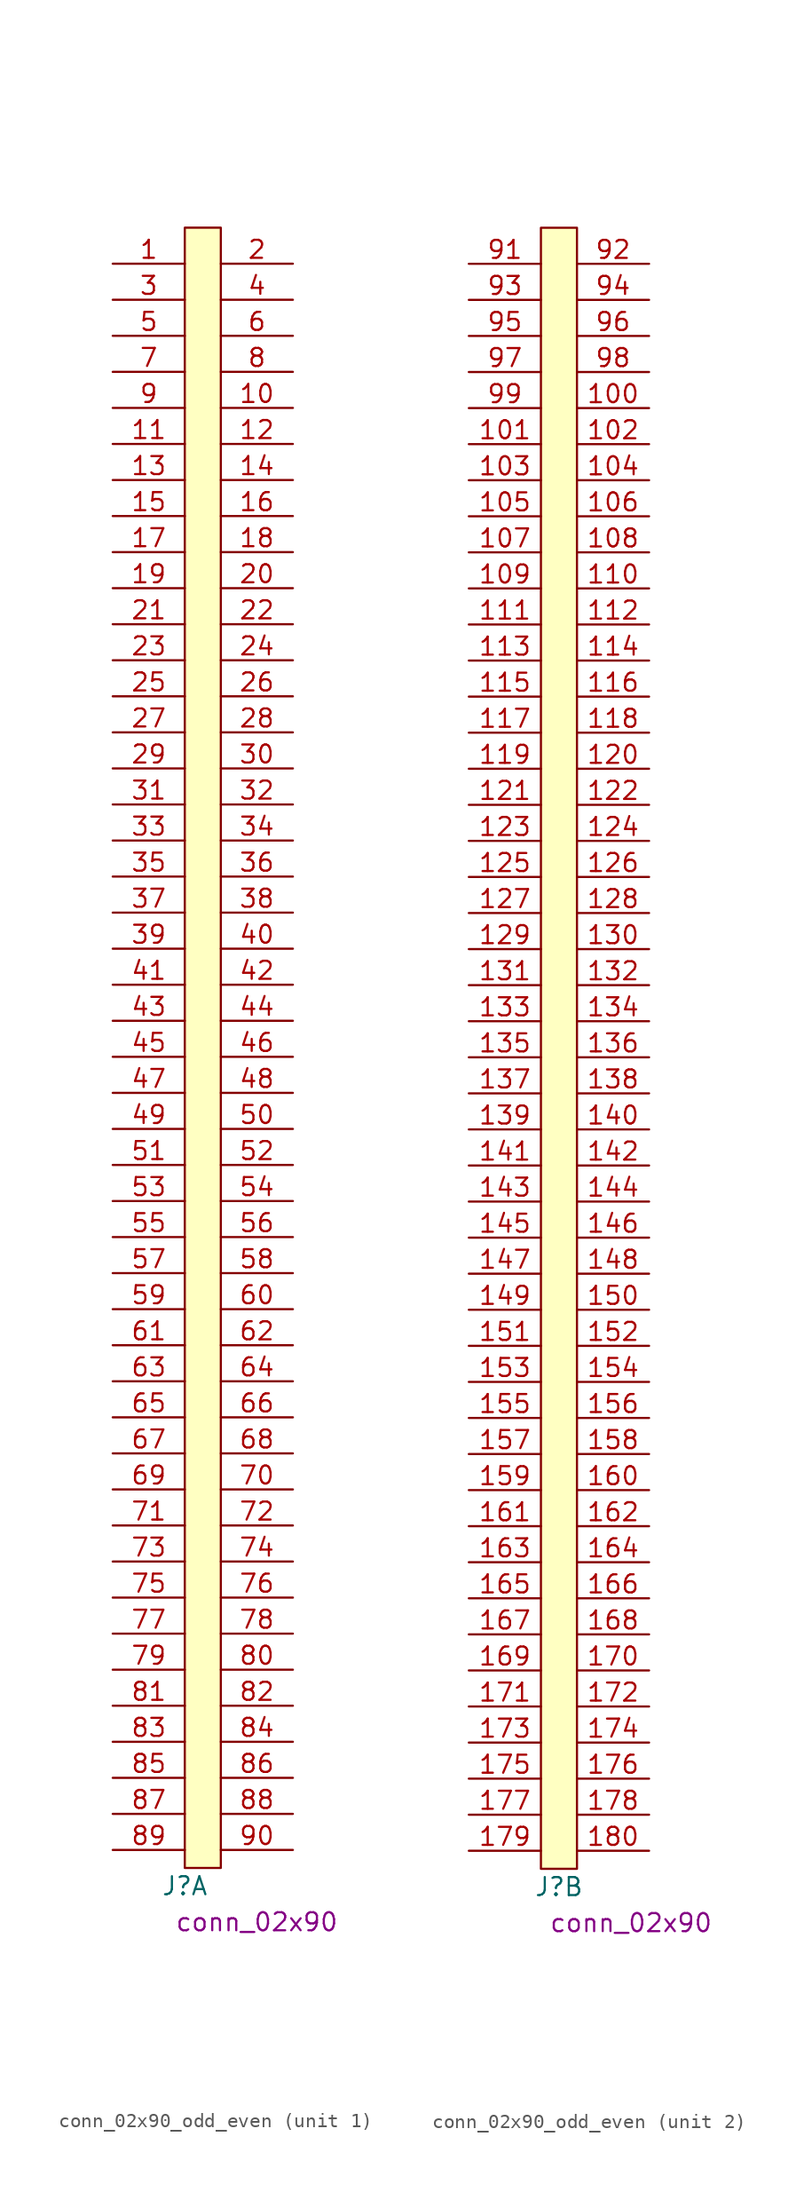
<source format=kicad_sym>
(kicad_symbol_lib
  (version 20220914)
  (generator kicad_symbol_editor)
  (symbol "conn_02x90_odd_even"
    (pin_names
      (offset 1.016))
    (property "Reference" "J"
      (at 0 -1.27 0)
      (effects (font (size 1.27 1.27))))
    (property "Manufacturer Part Number" "conn_02x90"
      (at 5.08 -3.81 0)
      (effects (font (size 1.27 1.27))))
    (property "Is Installed" ""
      (at -6.35 1.27 0)
      (effects (font (size 1.27 1.27))))
    (property "ki_locked" ""
      (at 0 0 0)
      (effects (font (size 1.27 1.27))))
    (symbol "conn_02x90_odd_even_1_0"
      (pin bidirectional line (at -5.08 113.03 0) (length 5.08) (name "" (effects (font (size 1.27 1.27)))) (number "1" (effects (font (size 1.27 1.27)))))
      (pin bidirectional line (at 7.62 102.87 180) (length 5.08) (name "" (effects (font (size 1.27 1.27)))) (number "10" (effects (font (size 1.27 1.27)))))
      (pin bidirectional line (at -5.08 100.33 0) (length 5.08) (name "" (effects (font (size 1.27 1.27)))) (number "11" (effects (font (size 1.27 1.27)))))
      (pin bidirectional line (at 7.62 100.33 180) (length 5.08) (name "" (effects (font (size 1.27 1.27)))) (number "12" (effects (font (size 1.27 1.27)))))
      (pin bidirectional line (at -5.08 97.79 0) (length 5.08) (name "" (effects (font (size 1.27 1.27)))) (number "13" (effects (font (size 1.27 1.27)))))
      (pin bidirectional line (at 7.62 97.79 180) (length 5.08) (name "" (effects (font (size 1.27 1.27)))) (number "14" (effects (font (size 1.27 1.27)))))
      (pin bidirectional line (at -5.08 95.25 0) (length 5.08) (name "" (effects (font (size 1.27 1.27)))) (number "15" (effects (font (size 1.27 1.27)))))
      (pin bidirectional line (at 7.62 95.25 180) (length 5.08) (name "" (effects (font (size 1.27 1.27)))) (number "16" (effects (font (size 1.27 1.27)))))
      (pin bidirectional line (at -5.08 92.71 0) (length 5.08) (name "" (effects (font (size 1.27 1.27)))) (number "17" (effects (font (size 1.27 1.27)))))
      (pin bidirectional line (at 7.62 92.71 180) (length 5.08) (name "" (effects (font (size 1.27 1.27)))) (number "18" (effects (font (size 1.27 1.27)))))
      (pin bidirectional line (at -5.08 90.17 0) (length 5.08) (name "" (effects (font (size 1.27 1.27)))) (number "19" (effects (font (size 1.27 1.27)))))
      (pin bidirectional line (at 7.62 113.03 180) (length 5.08) (name "" (effects (font (size 1.27 1.27)))) (number "2" (effects (font (size 1.27 1.27)))))
      (pin bidirectional line (at 7.62 90.17 180) (length 5.08) (name "" (effects (font (size 1.27 1.27)))) (number "20" (effects (font (size 1.27 1.27)))))
      (pin bidirectional line (at -5.08 87.63 0) (length 5.08) (name "" (effects (font (size 1.27 1.27)))) (number "21" (effects (font (size 1.27 1.27)))))
      (pin bidirectional line (at 7.62 87.63 180) (length 5.08) (name "" (effects (font (size 1.27 1.27)))) (number "22" (effects (font (size 1.27 1.27)))))
      (pin bidirectional line (at -5.08 85.09 0) (length 5.08) (name "" (effects (font (size 1.27 1.27)))) (number "23" (effects (font (size 1.27 1.27)))))
      (pin bidirectional line (at 7.62 85.09 180) (length 5.08) (name "" (effects (font (size 1.27 1.27)))) (number "24" (effects (font (size 1.27 1.27)))))
      (pin bidirectional line (at -5.08 82.55 0) (length 5.08) (name "" (effects (font (size 1.27 1.27)))) (number "25" (effects (font (size 1.27 1.27)))))
      (pin bidirectional line (at 7.62 82.55 180) (length 5.08) (name "" (effects (font (size 1.27 1.27)))) (number "26" (effects (font (size 1.27 1.27)))))
      (pin bidirectional line (at -5.08 80.01 0) (length 5.08) (name "" (effects (font (size 1.27 1.27)))) (number "27" (effects (font (size 1.27 1.27)))))
      (pin bidirectional line (at 7.62 80.01 180) (length 5.08) (name "" (effects (font (size 1.27 1.27)))) (number "28" (effects (font (size 1.27 1.27)))))
      (pin bidirectional line (at -5.08 77.47 0) (length 5.08) (name "" (effects (font (size 1.27 1.27)))) (number "29" (effects (font (size 1.27 1.27)))))
      (pin bidirectional line (at -5.08 110.49 0) (length 5.08) (name "" (effects (font (size 1.27 1.27)))) (number "3" (effects (font (size 1.27 1.27)))))
      (pin bidirectional line (at 7.62 77.47 180) (length 5.08) (name "" (effects (font (size 1.27 1.27)))) (number "30" (effects (font (size 1.27 1.27)))))
      (pin bidirectional line (at -5.08 74.93 0) (length 5.08) (name "" (effects (font (size 1.27 1.27)))) (number "31" (effects (font (size 1.27 1.27)))))
      (pin bidirectional line (at 7.62 74.93 180) (length 5.08) (name "" (effects (font (size 1.27 1.27)))) (number "32" (effects (font (size 1.27 1.27)))))
      (pin bidirectional line (at -5.08 72.39 0) (length 5.08) (name "" (effects (font (size 1.27 1.27)))) (number "33" (effects (font (size 1.27 1.27)))))
      (pin bidirectional line (at 7.62 72.39 180) (length 5.08) (name "" (effects (font (size 1.27 1.27)))) (number "34" (effects (font (size 1.27 1.27)))))
      (pin bidirectional line (at -5.08 69.85 0) (length 5.08) (name "" (effects (font (size 1.27 1.27)))) (number "35" (effects (font (size 1.27 1.27)))))
      (pin bidirectional line (at 7.62 69.85 180) (length 5.08) (name "" (effects (font (size 1.27 1.27)))) (number "36" (effects (font (size 1.27 1.27)))))
      (pin bidirectional line (at -5.08 67.31 0) (length 5.08) (name "" (effects (font (size 1.27 1.27)))) (number "37" (effects (font (size 1.27 1.27)))))
      (pin bidirectional line (at 7.62 67.31 180) (length 5.08) (name "" (effects (font (size 1.27 1.27)))) (number "38" (effects (font (size 1.27 1.27)))))
      (pin bidirectional line (at -5.08 64.77 0) (length 5.08) (name "" (effects (font (size 1.27 1.27)))) (number "39" (effects (font (size 1.27 1.27)))))
      (pin bidirectional line (at 7.62 110.49 180) (length 5.08) (name "" (effects (font (size 1.27 1.27)))) (number "4" (effects (font (size 1.27 1.27)))))
      (pin bidirectional line (at 7.62 64.77 180) (length 5.08) (name "" (effects (font (size 1.27 1.27)))) (number "40" (effects (font (size 1.27 1.27)))))
      (pin bidirectional line (at -5.08 62.23 0) (length 5.08) (name "" (effects (font (size 1.27 1.27)))) (number "41" (effects (font (size 1.27 1.27)))))
      (pin bidirectional line (at 7.62 62.23 180) (length 5.08) (name "" (effects (font (size 1.27 1.27)))) (number "42" (effects (font (size 1.27 1.27)))))
      (pin bidirectional line (at -5.08 59.69 0) (length 5.08) (name "" (effects (font (size 1.27 1.27)))) (number "43" (effects (font (size 1.27 1.27)))))
      (pin bidirectional line (at 7.62 59.69 180) (length 5.08) (name "" (effects (font (size 1.27 1.27)))) (number "44" (effects (font (size 1.27 1.27)))))
      (pin bidirectional line (at -5.08 57.15 0) (length 5.08) (name "" (effects (font (size 1.27 1.27)))) (number "45" (effects (font (size 1.27 1.27)))))
      (pin bidirectional line (at 7.62 57.15 180) (length 5.08) (name "" (effects (font (size 1.27 1.27)))) (number "46" (effects (font (size 1.27 1.27)))))
      (pin bidirectional line (at -5.08 54.61 0) (length 5.08) (name "" (effects (font (size 1.27 1.27)))) (number "47" (effects (font (size 1.27 1.27)))))
      (pin bidirectional line (at 7.62 54.61 180) (length 5.08) (name "" (effects (font (size 1.27 1.27)))) (number "48" (effects (font (size 1.27 1.27)))))
      (pin bidirectional line (at -5.08 52.07 0) (length 5.08) (name "" (effects (font (size 1.27 1.27)))) (number "49" (effects (font (size 1.27 1.27)))))
      (pin bidirectional line (at -5.08 107.95 0) (length 5.08) (name "" (effects (font (size 1.27 1.27)))) (number "5" (effects (font (size 1.27 1.27)))))
      (pin bidirectional line (at 7.62 52.07 180) (length 5.08) (name "" (effects (font (size 1.27 1.27)))) (number "50" (effects (font (size 1.27 1.27)))))
      (pin bidirectional line (at -5.08 49.53 0) (length 5.08) (name "" (effects (font (size 1.27 1.27)))) (number "51" (effects (font (size 1.27 1.27)))))
      (pin bidirectional line (at 7.62 49.53 180) (length 5.08) (name "" (effects (font (size 1.27 1.27)))) (number "52" (effects (font (size 1.27 1.27)))))
      (pin bidirectional line (at -5.08 46.99 0) (length 5.08) (name "" (effects (font (size 1.27 1.27)))) (number "53" (effects (font (size 1.27 1.27)))))
      (pin bidirectional line (at 7.62 46.99 180) (length 5.08) (name "" (effects (font (size 1.27 1.27)))) (number "54" (effects (font (size 1.27 1.27)))))
      (pin bidirectional line (at -5.08 44.45 0) (length 5.08) (name "" (effects (font (size 1.27 1.27)))) (number "55" (effects (font (size 1.27 1.27)))))
      (pin bidirectional line (at 7.62 44.45 180) (length 5.08) (name "" (effects (font (size 1.27 1.27)))) (number "56" (effects (font (size 1.27 1.27)))))
      (pin bidirectional line (at -5.08 41.91 0) (length 5.08) (name "" (effects (font (size 1.27 1.27)))) (number "57" (effects (font (size 1.27 1.27)))))
      (pin bidirectional line (at 7.62 41.91 180) (length 5.08) (name "" (effects (font (size 1.27 1.27)))) (number "58" (effects (font (size 1.27 1.27)))))
      (pin bidirectional line (at -5.08 39.37 0) (length 5.08) (name "" (effects (font (size 1.27 1.27)))) (number "59" (effects (font (size 1.27 1.27)))))
      (pin bidirectional line (at 7.62 107.95 180) (length 5.08) (name "" (effects (font (size 1.27 1.27)))) (number "6" (effects (font (size 1.27 1.27)))))
      (pin bidirectional line (at 7.62 39.37 180) (length 5.08) (name "" (effects (font (size 1.27 1.27)))) (number "60" (effects (font (size 1.27 1.27)))))
      (pin bidirectional line (at -5.08 36.83 0) (length 5.08) (name "" (effects (font (size 1.27 1.27)))) (number "61" (effects (font (size 1.27 1.27)))))
      (pin bidirectional line (at 7.62 36.83 180) (length 5.08) (name "" (effects (font (size 1.27 1.27)))) (number "62" (effects (font (size 1.27 1.27)))))
      (pin bidirectional line (at -5.08 34.29 0) (length 5.08) (name "" (effects (font (size 1.27 1.27)))) (number "63" (effects (font (size 1.27 1.27)))))
      (pin bidirectional line (at 7.62 34.29 180) (length 5.08) (name "" (effects (font (size 1.27 1.27)))) (number "64" (effects (font (size 1.27 1.27)))))
      (pin bidirectional line (at -5.08 31.75 0) (length 5.08) (name "" (effects (font (size 1.27 1.27)))) (number "65" (effects (font (size 1.27 1.27)))))
      (pin bidirectional line (at 7.62 31.75 180) (length 5.08) (name "" (effects (font (size 1.27 1.27)))) (number "66" (effects (font (size 1.27 1.27)))))
      (pin bidirectional line (at -5.08 29.21 0) (length 5.08) (name "" (effects (font (size 1.27 1.27)))) (number "67" (effects (font (size 1.27 1.27)))))
      (pin bidirectional line (at 7.62 29.21 180) (length 5.08) (name "" (effects (font (size 1.27 1.27)))) (number "68" (effects (font (size 1.27 1.27)))))
      (pin bidirectional line (at -5.08 26.67 0) (length 5.08) (name "" (effects (font (size 1.27 1.27)))) (number "69" (effects (font (size 1.27 1.27)))))
      (pin bidirectional line (at -5.08 105.41 0) (length 5.08) (name "" (effects (font (size 1.27 1.27)))) (number "7" (effects (font (size 1.27 1.27)))))
      (pin bidirectional line (at 7.62 26.67 180) (length 5.08) (name "" (effects (font (size 1.27 1.27)))) (number "70" (effects (font (size 1.27 1.27)))))
      (pin bidirectional line (at -5.08 24.13 0) (length 5.08) (name "" (effects (font (size 1.27 1.27)))) (number "71" (effects (font (size 1.27 1.27)))))
      (pin bidirectional line (at 7.62 24.13 180) (length 5.08) (name "" (effects (font (size 1.27 1.27)))) (number "72" (effects (font (size 1.27 1.27)))))
      (pin bidirectional line (at -5.08 21.59 0) (length 5.08) (name "" (effects (font (size 1.27 1.27)))) (number "73" (effects (font (size 1.27 1.27)))))
      (pin bidirectional line (at 7.62 21.59 180) (length 5.08) (name "" (effects (font (size 1.27 1.27)))) (number "74" (effects (font (size 1.27 1.27)))))
      (pin bidirectional line (at -5.08 19.05 0) (length 5.08) (name "" (effects (font (size 1.27 1.27)))) (number "75" (effects (font (size 1.27 1.27)))))
      (pin bidirectional line (at 7.62 19.05 180) (length 5.08) (name "" (effects (font (size 1.27 1.27)))) (number "76" (effects (font (size 1.27 1.27)))))
      (pin bidirectional line (at -5.08 16.51 0) (length 5.08) (name "" (effects (font (size 1.27 1.27)))) (number "77" (effects (font (size 1.27 1.27)))))
      (pin bidirectional line (at 7.62 16.51 180) (length 5.08) (name "" (effects (font (size 1.27 1.27)))) (number "78" (effects (font (size 1.27 1.27)))))
      (pin bidirectional line (at -5.08 13.97 0) (length 5.08) (name "" (effects (font (size 1.27 1.27)))) (number "79" (effects (font (size 1.27 1.27)))))
      (pin bidirectional line (at 7.62 105.41 180) (length 5.08) (name "" (effects (font (size 1.27 1.27)))) (number "8" (effects (font (size 1.27 1.27)))))
      (pin bidirectional line (at 7.62 13.97 180) (length 5.08) (name "" (effects (font (size 1.27 1.27)))) (number "80" (effects (font (size 1.27 1.27)))))
      (pin bidirectional line (at -5.08 11.43 0) (length 5.08) (name "" (effects (font (size 1.27 1.27)))) (number "81" (effects (font (size 1.27 1.27)))))
      (pin bidirectional line (at 7.62 11.43 180) (length 5.08) (name "" (effects (font (size 1.27 1.27)))) (number "82" (effects (font (size 1.27 1.27)))))
      (pin bidirectional line (at -5.08 8.89 0) (length 5.08) (name "" (effects (font (size 1.27 1.27)))) (number "83" (effects (font (size 1.27 1.27)))))
      (pin bidirectional line (at 7.62 8.89 180) (length 5.08) (name "" (effects (font (size 1.27 1.27)))) (number "84" (effects (font (size 1.27 1.27)))))
      (pin bidirectional line (at -5.08 6.35 0) (length 5.08) (name "" (effects (font (size 1.27 1.27)))) (number "85" (effects (font (size 1.27 1.27)))))
      (pin bidirectional line (at 7.62 6.35 180) (length 5.08) (name "" (effects (font (size 1.27 1.27)))) (number "86" (effects (font (size 1.27 1.27)))))
      (pin bidirectional line (at -5.08 3.81 0) (length 5.08) (name "" (effects (font (size 1.27 1.27)))) (number "87" (effects (font (size 1.27 1.27)))))
      (pin bidirectional line (at 7.62 3.81 180) (length 5.08) (name "" (effects (font (size 1.27 1.27)))) (number "88" (effects (font (size 1.27 1.27)))))
      (pin bidirectional line (at -5.08 1.27 0) (length 5.08) (name "" (effects (font (size 1.27 1.27)))) (number "89" (effects (font (size 1.27 1.27)))))
      (pin bidirectional line (at -5.08 102.87 0) (length 5.08) (name "" (effects (font (size 1.27 1.27)))) (number "9" (effects (font (size 1.27 1.27)))))
      (pin bidirectional line (at 7.62 1.27 180) (length 5.08) (name "" (effects (font (size 1.27 1.27)))) (number "90" (effects (font (size 1.27 1.27))))))
    (symbol "conn_02x90_odd_even_1_1"
      (rectangle (start 0 115.57) (end 2.54 0) (stroke (width 0) (type solid)) (fill (type background))))
    (symbol "conn_02x90_odd_even_2_0"
      (pin bidirectional line (at 6.35 102.87 180) (length 5.08) (name "" (effects (font (size 1.27 1.27)))) (number "100" (effects (font (size 1.27 1.27)))))
      (pin bidirectional line (at -6.35 100.33 0) (length 5.08) (name "" (effects (font (size 1.27 1.27)))) (number "101" (effects (font (size 1.27 1.27)))))
      (pin bidirectional line (at 6.35 100.33 180) (length 5.08) (name "" (effects (font (size 1.27 1.27)))) (number "102" (effects (font (size 1.27 1.27)))))
      (pin bidirectional line (at -6.35 97.79 0) (length 5.08) (name "" (effects (font (size 1.27 1.27)))) (number "103" (effects (font (size 1.27 1.27)))))
      (pin bidirectional line (at 6.35 97.79 180) (length 5.08) (name "" (effects (font (size 1.27 1.27)))) (number "104" (effects (font (size 1.27 1.27)))))
      (pin bidirectional line (at -6.35 95.25 0) (length 5.08) (name "" (effects (font (size 1.27 1.27)))) (number "105" (effects (font (size 1.27 1.27)))))
      (pin bidirectional line (at 6.35 95.25 180) (length 5.08) (name "" (effects (font (size 1.27 1.27)))) (number "106" (effects (font (size 1.27 1.27)))))
      (pin bidirectional line (at -6.35 92.71 0) (length 5.08) (name "" (effects (font (size 1.27 1.27)))) (number "107" (effects (font (size 1.27 1.27)))))
      (pin bidirectional line (at 6.35 92.71 180) (length 5.08) (name "" (effects (font (size 1.27 1.27)))) (number "108" (effects (font (size 1.27 1.27)))))
      (pin bidirectional line (at -6.35 90.17 0) (length 5.08) (name "" (effects (font (size 1.27 1.27)))) (number "109" (effects (font (size 1.27 1.27)))))
      (pin bidirectional line (at 6.35 90.17 180) (length 5.08) (name "" (effects (font (size 1.27 1.27)))) (number "110" (effects (font (size 1.27 1.27)))))
      (pin bidirectional line (at -6.35 87.63 0) (length 5.08) (name "" (effects (font (size 1.27 1.27)))) (number "111" (effects (font (size 1.27 1.27)))))
      (pin bidirectional line (at 6.35 87.63 180) (length 5.08) (name "" (effects (font (size 1.27 1.27)))) (number "112" (effects (font (size 1.27 1.27)))))
      (pin bidirectional line (at -6.35 85.09 0) (length 5.08) (name "" (effects (font (size 1.27 1.27)))) (number "113" (effects (font (size 1.27 1.27)))))
      (pin bidirectional line (at 6.35 85.09 180) (length 5.08) (name "" (effects (font (size 1.27 1.27)))) (number "114" (effects (font (size 1.27 1.27)))))
      (pin bidirectional line (at -6.35 82.55 0) (length 5.08) (name "" (effects (font (size 1.27 1.27)))) (number "115" (effects (font (size 1.27 1.27)))))
      (pin bidirectional line (at 6.35 82.55 180) (length 5.08) (name "" (effects (font (size 1.27 1.27)))) (number "116" (effects (font (size 1.27 1.27)))))
      (pin bidirectional line (at -6.35 80.01 0) (length 5.08) (name "" (effects (font (size 1.27 1.27)))) (number "117" (effects (font (size 1.27 1.27)))))
      (pin bidirectional line (at 6.35 80.01 180) (length 5.08) (name "" (effects (font (size 1.27 1.27)))) (number "118" (effects (font (size 1.27 1.27)))))
      (pin bidirectional line (at -6.35 77.47 0) (length 5.08) (name "" (effects (font (size 1.27 1.27)))) (number "119" (effects (font (size 1.27 1.27)))))
      (pin bidirectional line (at 6.35 77.47 180) (length 5.08) (name "" (effects (font (size 1.27 1.27)))) (number "120" (effects (font (size 1.27 1.27)))))
      (pin bidirectional line (at -6.35 74.93 0) (length 5.08) (name "" (effects (font (size 1.27 1.27)))) (number "121" (effects (font (size 1.27 1.27)))))
      (pin bidirectional line (at 6.35 74.93 180) (length 5.08) (name "" (effects (font (size 1.27 1.27)))) (number "122" (effects (font (size 1.27 1.27)))))
      (pin bidirectional line (at -6.35 72.39 0) (length 5.08) (name "" (effects (font (size 1.27 1.27)))) (number "123" (effects (font (size 1.27 1.27)))))
      (pin bidirectional line (at 6.35 72.39 180) (length 5.08) (name "" (effects (font (size 1.27 1.27)))) (number "124" (effects (font (size 1.27 1.27)))))
      (pin bidirectional line (at -6.35 69.85 0) (length 5.08) (name "" (effects (font (size 1.27 1.27)))) (number "125" (effects (font (size 1.27 1.27)))))
      (pin bidirectional line (at 6.35 69.85 180) (length 5.08) (name "" (effects (font (size 1.27 1.27)))) (number "126" (effects (font (size 1.27 1.27)))))
      (pin bidirectional line (at -6.35 67.31 0) (length 5.08) (name "" (effects (font (size 1.27 1.27)))) (number "127" (effects (font (size 1.27 1.27)))))
      (pin bidirectional line (at 6.35 67.31 180) (length 5.08) (name "" (effects (font (size 1.27 1.27)))) (number "128" (effects (font (size 1.27 1.27)))))
      (pin bidirectional line (at -6.35 64.77 0) (length 5.08) (name "" (effects (font (size 1.27 1.27)))) (number "129" (effects (font (size 1.27 1.27)))))
      (pin bidirectional line (at 6.35 64.77 180) (length 5.08) (name "" (effects (font (size 1.27 1.27)))) (number "130" (effects (font (size 1.27 1.27)))))
      (pin bidirectional line (at -6.35 62.23 0) (length 5.08) (name "" (effects (font (size 1.27 1.27)))) (number "131" (effects (font (size 1.27 1.27)))))
      (pin bidirectional line (at 6.35 62.23 180) (length 5.08) (name "" (effects (font (size 1.27 1.27)))) (number "132" (effects (font (size 1.27 1.27)))))
      (pin bidirectional line (at -6.35 59.69 0) (length 5.08) (name "" (effects (font (size 1.27 1.27)))) (number "133" (effects (font (size 1.27 1.27)))))
      (pin bidirectional line (at 6.35 59.69 180) (length 5.08) (name "" (effects (font (size 1.27 1.27)))) (number "134" (effects (font (size 1.27 1.27)))))
      (pin bidirectional line (at -6.35 57.15 0) (length 5.08) (name "" (effects (font (size 1.27 1.27)))) (number "135" (effects (font (size 1.27 1.27)))))
      (pin bidirectional line (at 6.35 57.15 180) (length 5.08) (name "" (effects (font (size 1.27 1.27)))) (number "136" (effects (font (size 1.27 1.27)))))
      (pin bidirectional line (at -6.35 54.61 0) (length 5.08) (name "" (effects (font (size 1.27 1.27)))) (number "137" (effects (font (size 1.27 1.27)))))
      (pin bidirectional line (at 6.35 54.61 180) (length 5.08) (name "" (effects (font (size 1.27 1.27)))) (number "138" (effects (font (size 1.27 1.27)))))
      (pin bidirectional line (at -6.35 52.07 0) (length 5.08) (name "" (effects (font (size 1.27 1.27)))) (number "139" (effects (font (size 1.27 1.27)))))
      (pin bidirectional line (at 6.35 52.07 180) (length 5.08) (name "" (effects (font (size 1.27 1.27)))) (number "140" (effects (font (size 1.27 1.27)))))
      (pin bidirectional line (at -6.35 49.53 0) (length 5.08) (name "" (effects (font (size 1.27 1.27)))) (number "141" (effects (font (size 1.27 1.27)))))
      (pin bidirectional line (at 6.35 49.53 180) (length 5.08) (name "" (effects (font (size 1.27 1.27)))) (number "142" (effects (font (size 1.27 1.27)))))
      (pin bidirectional line (at -6.35 46.99 0) (length 5.08) (name "" (effects (font (size 1.27 1.27)))) (number "143" (effects (font (size 1.27 1.27)))))
      (pin bidirectional line (at 6.35 46.99 180) (length 5.08) (name "" (effects (font (size 1.27 1.27)))) (number "144" (effects (font (size 1.27 1.27)))))
      (pin bidirectional line (at -6.35 44.45 0) (length 5.08) (name "" (effects (font (size 1.27 1.27)))) (number "145" (effects (font (size 1.27 1.27)))))
      (pin bidirectional line (at 6.35 44.45 180) (length 5.08) (name "" (effects (font (size 1.27 1.27)))) (number "146" (effects (font (size 1.27 1.27)))))
      (pin bidirectional line (at -6.35 41.91 0) (length 5.08) (name "" (effects (font (size 1.27 1.27)))) (number "147" (effects (font (size 1.27 1.27)))))
      (pin bidirectional line (at 6.35 41.91 180) (length 5.08) (name "" (effects (font (size 1.27 1.27)))) (number "148" (effects (font (size 1.27 1.27)))))
      (pin bidirectional line (at -6.35 39.37 0) (length 5.08) (name "" (effects (font (size 1.27 1.27)))) (number "149" (effects (font (size 1.27 1.27)))))
      (pin bidirectional line (at 6.35 39.37 180) (length 5.08) (name "" (effects (font (size 1.27 1.27)))) (number "150" (effects (font (size 1.27 1.27)))))
      (pin bidirectional line (at -6.35 36.83 0) (length 5.08) (name "" (effects (font (size 1.27 1.27)))) (number "151" (effects (font (size 1.27 1.27)))))
      (pin bidirectional line (at 6.35 36.83 180) (length 5.08) (name "" (effects (font (size 1.27 1.27)))) (number "152" (effects (font (size 1.27 1.27)))))
      (pin bidirectional line (at -6.35 34.29 0) (length 5.08) (name "" (effects (font (size 1.27 1.27)))) (number "153" (effects (font (size 1.27 1.27)))))
      (pin bidirectional line (at 6.35 34.29 180) (length 5.08) (name "" (effects (font (size 1.27 1.27)))) (number "154" (effects (font (size 1.27 1.27)))))
      (pin bidirectional line (at -6.35 31.75 0) (length 5.08) (name "" (effects (font (size 1.27 1.27)))) (number "155" (effects (font (size 1.27 1.27)))))
      (pin bidirectional line (at 6.35 31.75 180) (length 5.08) (name "" (effects (font (size 1.27 1.27)))) (number "156" (effects (font (size 1.27 1.27)))))
      (pin bidirectional line (at -6.35 29.21 0) (length 5.08) (name "" (effects (font (size 1.27 1.27)))) (number "157" (effects (font (size 1.27 1.27)))))
      (pin bidirectional line (at 6.35 29.21 180) (length 5.08) (name "" (effects (font (size 1.27 1.27)))) (number "158" (effects (font (size 1.27 1.27)))))
      (pin bidirectional line (at -6.35 26.67 0) (length 5.08) (name "" (effects (font (size 1.27 1.27)))) (number "159" (effects (font (size 1.27 1.27)))))
      (pin bidirectional line (at 6.35 26.67 180) (length 5.08) (name "" (effects (font (size 1.27 1.27)))) (number "160" (effects (font (size 1.27 1.27)))))
      (pin bidirectional line (at -6.35 24.13 0) (length 5.08) (name "" (effects (font (size 1.27 1.27)))) (number "161" (effects (font (size 1.27 1.27)))))
      (pin bidirectional line (at 6.35 24.13 180) (length 5.08) (name "" (effects (font (size 1.27 1.27)))) (number "162" (effects (font (size 1.27 1.27)))))
      (pin bidirectional line (at -6.35 21.59 0) (length 5.08) (name "" (effects (font (size 1.27 1.27)))) (number "163" (effects (font (size 1.27 1.27)))))
      (pin bidirectional line (at 6.35 21.59 180) (length 5.08) (name "" (effects (font (size 1.27 1.27)))) (number "164" (effects (font (size 1.27 1.27)))))
      (pin bidirectional line (at -6.35 19.05 0) (length 5.08) (name "" (effects (font (size 1.27 1.27)))) (number "165" (effects (font (size 1.27 1.27)))))
      (pin bidirectional line (at 6.35 19.05 180) (length 5.08) (name "" (effects (font (size 1.27 1.27)))) (number "166" (effects (font (size 1.27 1.27)))))
      (pin bidirectional line (at -6.35 16.51 0) (length 5.08) (name "" (effects (font (size 1.27 1.27)))) (number "167" (effects (font (size 1.27 1.27)))))
      (pin bidirectional line (at 6.35 16.51 180) (length 5.08) (name "" (effects (font (size 1.27 1.27)))) (number "168" (effects (font (size 1.27 1.27)))))
      (pin bidirectional line (at -6.35 13.97 0) (length 5.08) (name "" (effects (font (size 1.27 1.27)))) (number "169" (effects (font (size 1.27 1.27)))))
      (pin bidirectional line (at 6.35 13.97 180) (length 5.08) (name "" (effects (font (size 1.27 1.27)))) (number "170" (effects (font (size 1.27 1.27)))))
      (pin bidirectional line (at -6.35 11.43 0) (length 5.08) (name "" (effects (font (size 1.27 1.27)))) (number "171" (effects (font (size 1.27 1.27)))))
      (pin bidirectional line (at 6.35 11.43 180) (length 5.08) (name "" (effects (font (size 1.27 1.27)))) (number "172" (effects (font (size 1.27 1.27)))))
      (pin bidirectional line (at -6.35 8.89 0) (length 5.08) (name "" (effects (font (size 1.27 1.27)))) (number "173" (effects (font (size 1.27 1.27)))))
      (pin bidirectional line (at 6.35 8.89 180) (length 5.08) (name "" (effects (font (size 1.27 1.27)))) (number "174" (effects (font (size 1.27 1.27)))))
      (pin bidirectional line (at -6.35 6.35 0) (length 5.08) (name "" (effects (font (size 1.27 1.27)))) (number "175" (effects (font (size 1.27 1.27)))))
      (pin bidirectional line (at 6.35 6.35 180) (length 5.08) (name "" (effects (font (size 1.27 1.27)))) (number "176" (effects (font (size 1.27 1.27)))))
      (pin bidirectional line (at -6.35 3.81 0) (length 5.08) (name "" (effects (font (size 1.27 1.27)))) (number "177" (effects (font (size 1.27 1.27)))))
      (pin bidirectional line (at 6.35 3.81 180) (length 5.08) (name "" (effects (font (size 1.27 1.27)))) (number "178" (effects (font (size 1.27 1.27)))))
      (pin bidirectional line (at -6.35 1.27 0) (length 5.08) (name "" (effects (font (size 1.27 1.27)))) (number "179" (effects (font (size 1.27 1.27)))))
      (pin bidirectional line (at 6.35 1.27 180) (length 5.08) (name "" (effects (font (size 1.27 1.27)))) (number "180" (effects (font (size 1.27 1.27)))))
      (pin bidirectional line (at -6.35 113.03 0) (length 5.08) (name "" (effects (font (size 1.27 1.27)))) (number "91" (effects (font (size 1.27 1.27)))))
      (pin bidirectional line (at 6.35 113.03 180) (length 5.08) (name "" (effects (font (size 1.27 1.27)))) (number "92" (effects (font (size 1.27 1.27)))))
      (pin bidirectional line (at -6.35 110.49 0) (length 5.08) (name "" (effects (font (size 1.27 1.27)))) (number "93" (effects (font (size 1.27 1.27)))))
      (pin bidirectional line (at 6.35 110.49 180) (length 5.08) (name "" (effects (font (size 1.27 1.27)))) (number "94" (effects (font (size 1.27 1.27)))))
      (pin bidirectional line (at -6.35 107.95 0) (length 5.08) (name "" (effects (font (size 1.27 1.27)))) (number "95" (effects (font (size 1.27 1.27)))))
      (pin bidirectional line (at 6.35 107.95 180) (length 5.08) (name "" (effects (font (size 1.27 1.27)))) (number "96" (effects (font (size 1.27 1.27)))))
      (pin bidirectional line (at -6.35 105.41 0) (length 5.08) (name "" (effects (font (size 1.27 1.27)))) (number "97" (effects (font (size 1.27 1.27)))))
      (pin bidirectional line (at 6.35 105.41 180) (length 5.08) (name "" (effects (font (size 1.27 1.27)))) (number "98" (effects (font (size 1.27 1.27)))))
      (pin bidirectional line (at -6.35 102.87 0) (length 5.08) (name "" (effects (font (size 1.27 1.27)))) (number "99" (effects (font (size 1.27 1.27))))))
    (symbol "conn_02x90_odd_even_2_1"
      (rectangle (start -1.27 115.57) (end 1.27 0) (stroke (width 0) (type solid)) (fill (type background))))))
</source>
